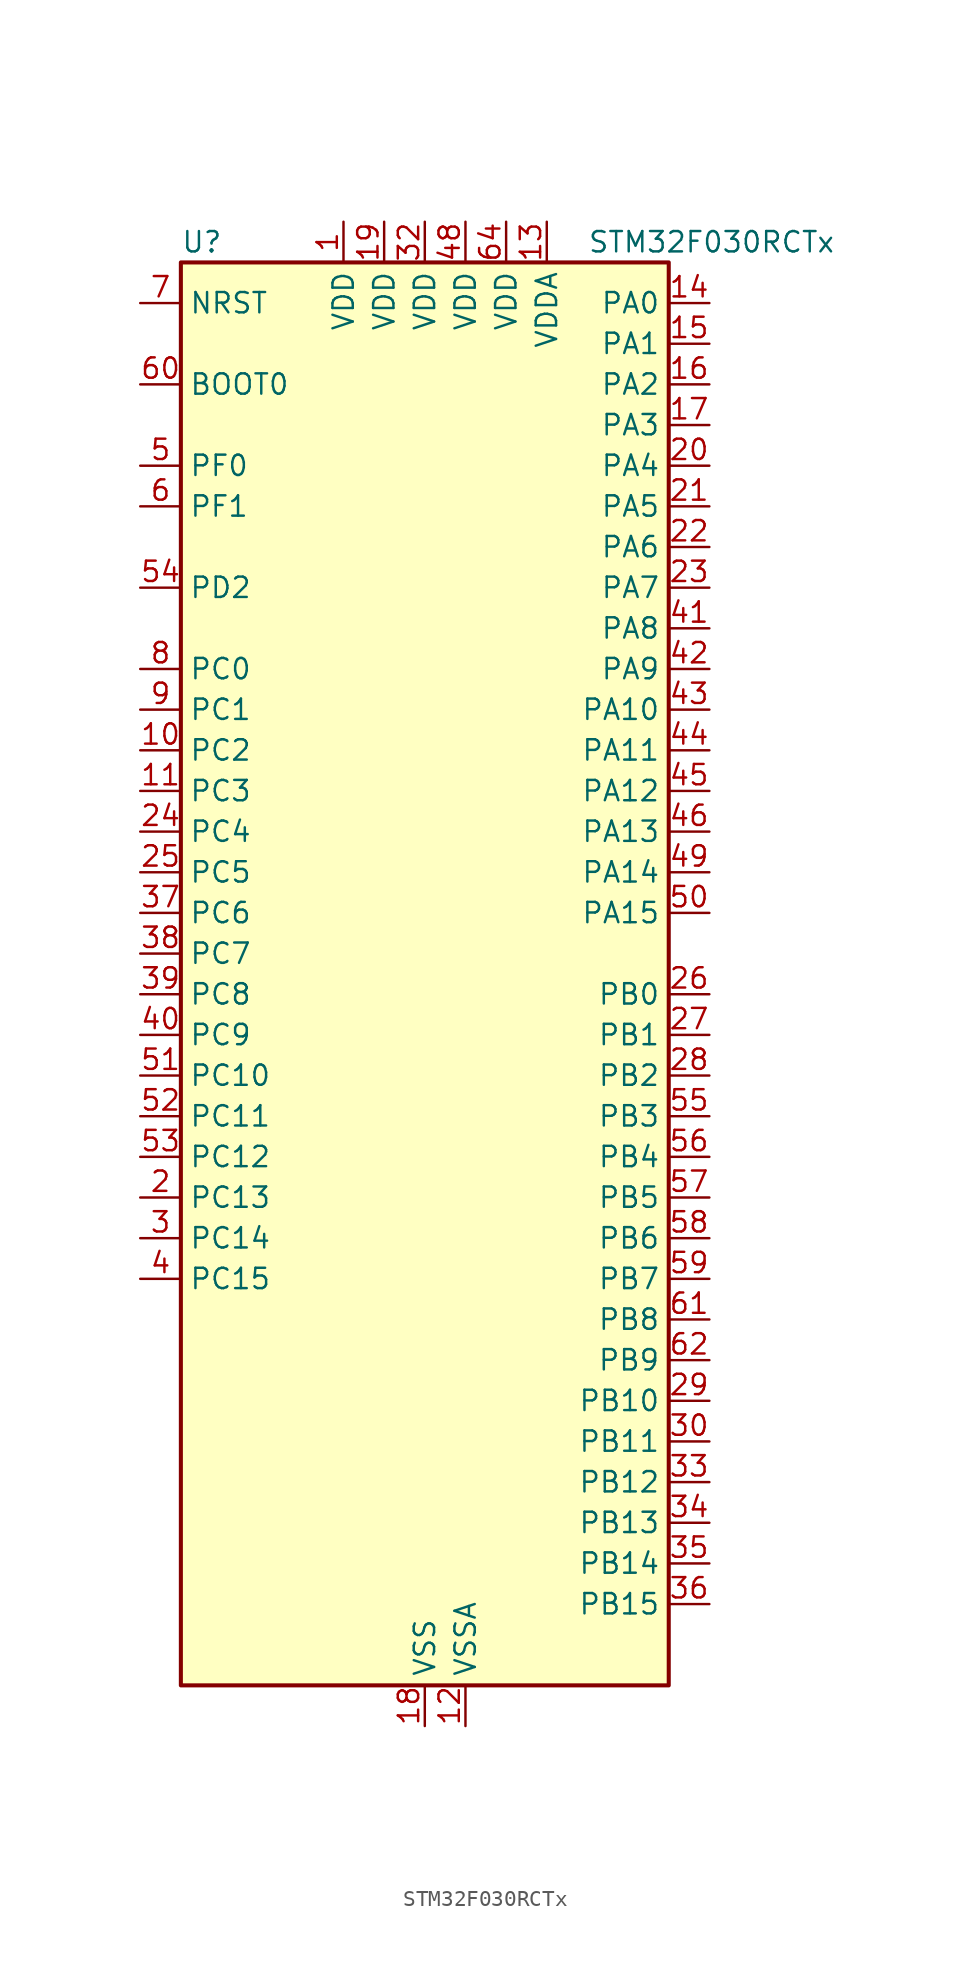
<source format=kicad_sym>
(kicad_symbol_lib
  (version 20220914)
  (generator kicad_symbol_editor)
  (symbol "STM32F030RCTx"
    (property "Reference" "U"
      (at -15.24 46.99 0)
      (effects (font (size 1.27 1.27)) (justify left)))
    (property "Value" "STM32F030RCTx"
      (at 10.16 46.99 0)
      (effects (font (size 1.27 1.27)) (justify left)))
    (property "ki_locked" ""
      (at 0 0 0)
      (effects (font (size 1.27 1.27))))
    (symbol "STM32F030RCTx_0_1"
      (rectangle (start -15.24 -43.18) (end 15.24 45.72) (stroke (width 0.254) (type default)) (fill (type background))))
    (symbol "STM32F030RCTx_1_1"
      (pin power_in line (at -5.08 48.26 270) (length 2.54) (name "VDD" (effects (font (size 1.27 1.27)))) (number "1" (effects (font (size 1.27 1.27)))))
      (pin bidirectional line (at -17.78 15.24 0) (length 2.54) (name "PC2" (effects (font (size 1.27 1.27)))) (number "10" (effects (font (size 1.27 1.27)))) (alternate "ADC_IN12" bidirectional line) (alternate "SPI2_MISO" bidirectional line))
      (pin bidirectional line (at -17.78 12.7 0) (length 2.54) (name "PC3" (effects (font (size 1.27 1.27)))) (number "11" (effects (font (size 1.27 1.27)))) (alternate "ADC_IN13" bidirectional line) (alternate "SPI2_MOSI" bidirectional line))
      (pin power_in line (at 2.54 -45.72 90) (length 2.54) (name "VSSA" (effects (font (size 1.27 1.27)))) (number "12" (effects (font (size 1.27 1.27)))))
      (pin power_in line (at 7.62 48.26 270) (length 2.54) (name "VDDA" (effects (font (size 1.27 1.27)))) (number "13" (effects (font (size 1.27 1.27)))))
      (pin bidirectional line (at 17.78 43.18 180) (length 2.54) (name "PA0" (effects (font (size 1.27 1.27)))) (number "14" (effects (font (size 1.27 1.27)))) (alternate "ADC_IN0" bidirectional line) (alternate "RTC_TAMP2" bidirectional line) (alternate "SYS_WKUP1" bidirectional line) (alternate "USART2_CTS" bidirectional line) (alternate "USART4_TX" bidirectional line))
      (pin bidirectional line (at 17.78 40.64 180) (length 2.54) (name "PA1" (effects (font (size 1.27 1.27)))) (number "15" (effects (font (size 1.27 1.27)))) (alternate "ADC_IN1" bidirectional line) (alternate "TIM15_CH1N" bidirectional line) (alternate "USART2_DE" bidirectional line) (alternate "USART2_RTS" bidirectional line) (alternate "USART4_RX" bidirectional line))
      (pin bidirectional line (at 17.78 38.1 180) (length 2.54) (name "PA2" (effects (font (size 1.27 1.27)))) (number "16" (effects (font (size 1.27 1.27)))) (alternate "ADC_IN2" bidirectional line) (alternate "TIM15_CH1" bidirectional line) (alternate "USART2_TX" bidirectional line))
      (pin bidirectional line (at 17.78 35.56 180) (length 2.54) (name "PA3" (effects (font (size 1.27 1.27)))) (number "17" (effects (font (size 1.27 1.27)))) (alternate "ADC_IN3" bidirectional line) (alternate "TIM15_CH2" bidirectional line) (alternate "USART2_RX" bidirectional line))
      (pin power_in line (at 0 -45.72 90) (length 2.54) (name "VSS" (effects (font (size 1.27 1.27)))) (number "18" (effects (font (size 1.27 1.27)))))
      (pin power_in line (at -2.54 48.26 270) (length 2.54) (name "VDD" (effects (font (size 1.27 1.27)))) (number "19" (effects (font (size 1.27 1.27)))))
      (pin bidirectional line (at -17.78 -12.7 0) (length 2.54) (name "PC13" (effects (font (size 1.27 1.27)))) (number "2" (effects (font (size 1.27 1.27)))) (alternate "RTC_OUT_ALARM" bidirectional line) (alternate "RTC_OUT_CALIB" bidirectional line) (alternate "RTC_TAMP1" bidirectional line) (alternate "RTC_TS" bidirectional line) (alternate "SYS_WKUP2" bidirectional line))
      (pin bidirectional line (at 17.78 33.02 180) (length 2.54) (name "PA4" (effects (font (size 1.27 1.27)))) (number "20" (effects (font (size 1.27 1.27)))) (alternate "ADC_IN4" bidirectional line) (alternate "SPI1_NSS" bidirectional line) (alternate "TIM14_CH1" bidirectional line) (alternate "USART2_CK" bidirectional line) (alternate "USART6_TX" bidirectional line))
      (pin bidirectional line (at 17.78 30.48 180) (length 2.54) (name "PA5" (effects (font (size 1.27 1.27)))) (number "21" (effects (font (size 1.27 1.27)))) (alternate "ADC_IN5" bidirectional line) (alternate "SPI1_SCK" bidirectional line) (alternate "USART6_RX" bidirectional line))
      (pin bidirectional line (at 17.78 27.94 180) (length 2.54) (name "PA6" (effects (font (size 1.27 1.27)))) (number "22" (effects (font (size 1.27 1.27)))) (alternate "ADC_IN6" bidirectional line) (alternate "SPI1_MISO" bidirectional line) (alternate "TIM16_CH1" bidirectional line) (alternate "TIM1_BKIN" bidirectional line) (alternate "TIM3_CH1" bidirectional line) (alternate "USART3_CTS" bidirectional line))
      (pin bidirectional line (at 17.78 25.4 180) (length 2.54) (name "PA7" (effects (font (size 1.27 1.27)))) (number "23" (effects (font (size 1.27 1.27)))) (alternate "ADC_IN7" bidirectional line) (alternate "SPI1_MOSI" bidirectional line) (alternate "TIM14_CH1" bidirectional line) (alternate "TIM17_CH1" bidirectional line) (alternate "TIM1_CH1N" bidirectional line) (alternate "TIM3_CH2" bidirectional line))
      (pin bidirectional line (at -17.78 10.16 0) (length 2.54) (name "PC4" (effects (font (size 1.27 1.27)))) (number "24" (effects (font (size 1.27 1.27)))) (alternate "ADC_IN14" bidirectional line) (alternate "USART3_TX" bidirectional line))
      (pin bidirectional line (at -17.78 7.62 0) (length 2.54) (name "PC5" (effects (font (size 1.27 1.27)))) (number "25" (effects (font (size 1.27 1.27)))) (alternate "ADC_IN15" bidirectional line) (alternate "USART3_RX" bidirectional line))
      (pin bidirectional line (at 17.78 0 180) (length 2.54) (name "PB0" (effects (font (size 1.27 1.27)))) (number "26" (effects (font (size 1.27 1.27)))) (alternate "ADC_IN8" bidirectional line) (alternate "TIM1_CH2N" bidirectional line) (alternate "TIM3_CH3" bidirectional line) (alternate "USART3_CK" bidirectional line))
      (pin bidirectional line (at 17.78 -2.54 180) (length 2.54) (name "PB1" (effects (font (size 1.27 1.27)))) (number "27" (effects (font (size 1.27 1.27)))) (alternate "ADC_IN9" bidirectional line) (alternate "TIM14_CH1" bidirectional line) (alternate "TIM1_CH3N" bidirectional line) (alternate "TIM3_CH4" bidirectional line) (alternate "USART3_DE" bidirectional line) (alternate "USART3_RTS" bidirectional line))
      (pin bidirectional line (at 17.78 -5.08 180) (length 2.54) (name "PB2" (effects (font (size 1.27 1.27)))) (number "28" (effects (font (size 1.27 1.27)))))
      (pin bidirectional line (at 17.78 -25.4 180) (length 2.54) (name "PB10" (effects (font (size 1.27 1.27)))) (number "29" (effects (font (size 1.27 1.27)))) (alternate "I2C2_SCL" bidirectional line) (alternate "SPI2_SCK" bidirectional line) (alternate "USART3_TX" bidirectional line))
      (pin bidirectional line (at -17.78 -15.24 0) (length 2.54) (name "PC14" (effects (font (size 1.27 1.27)))) (number "3" (effects (font (size 1.27 1.27)))) (alternate "RCC_OSC32_IN" bidirectional line))
      (pin bidirectional line (at 17.78 -27.94 180) (length 2.54) (name "PB11" (effects (font (size 1.27 1.27)))) (number "30" (effects (font (size 1.27 1.27)))) (alternate "I2C2_SDA" bidirectional line) (alternate "USART3_RX" bidirectional line))
      (pin passive line (at 0 -45.72 90) (length 2.54) hide (name "VSS" (effects (font (size 1.27 1.27)))) (number "31" (effects (font (size 1.27 1.27)))))
      (pin power_in line (at 0 48.26 270) (length 2.54) (name "VDD" (effects (font (size 1.27 1.27)))) (number "32" (effects (font (size 1.27 1.27)))))
      (pin bidirectional line (at 17.78 -30.48 180) (length 2.54) (name "PB12" (effects (font (size 1.27 1.27)))) (number "33" (effects (font (size 1.27 1.27)))) (alternate "SPI2_NSS" bidirectional line) (alternate "TIM15_BKIN" bidirectional line) (alternate "TIM1_BKIN" bidirectional line) (alternate "USART3_CK" bidirectional line))
      (pin bidirectional line (at 17.78 -33.02 180) (length 2.54) (name "PB13" (effects (font (size 1.27 1.27)))) (number "34" (effects (font (size 1.27 1.27)))) (alternate "I2C2_SCL" bidirectional line) (alternate "SPI2_SCK" bidirectional line) (alternate "TIM1_CH1N" bidirectional line) (alternate "USART3_CTS" bidirectional line))
      (pin bidirectional line (at 17.78 -35.56 180) (length 2.54) (name "PB14" (effects (font (size 1.27 1.27)))) (number "35" (effects (font (size 1.27 1.27)))) (alternate "I2C2_SDA" bidirectional line) (alternate "SPI2_MISO" bidirectional line) (alternate "TIM15_CH1" bidirectional line) (alternate "TIM1_CH2N" bidirectional line) (alternate "USART3_DE" bidirectional line) (alternate "USART3_RTS" bidirectional line))
      (pin bidirectional line (at 17.78 -38.1 180) (length 2.54) (name "PB15" (effects (font (size 1.27 1.27)))) (number "36" (effects (font (size 1.27 1.27)))) (alternate "RTC_REFIN" bidirectional line) (alternate "SPI2_MOSI" bidirectional line) (alternate "TIM15_CH1N" bidirectional line) (alternate "TIM15_CH2" bidirectional line) (alternate "TIM1_CH3N" bidirectional line))
      (pin bidirectional line (at -17.78 5.08 0) (length 2.54) (name "PC6" (effects (font (size 1.27 1.27)))) (number "37" (effects (font (size 1.27 1.27)))) (alternate "TIM3_CH1" bidirectional line))
      (pin bidirectional line (at -17.78 2.54 0) (length 2.54) (name "PC7" (effects (font (size 1.27 1.27)))) (number "38" (effects (font (size 1.27 1.27)))) (alternate "TIM3_CH2" bidirectional line))
      (pin bidirectional line (at -17.78 0 0) (length 2.54) (name "PC8" (effects (font (size 1.27 1.27)))) (number "39" (effects (font (size 1.27 1.27)))) (alternate "TIM3_CH3" bidirectional line))
      (pin bidirectional line (at -17.78 -17.78 0) (length 2.54) (name "PC15" (effects (font (size 1.27 1.27)))) (number "4" (effects (font (size 1.27 1.27)))) (alternate "RCC_OSC32_OUT" bidirectional line))
      (pin bidirectional line (at -17.78 -2.54 0) (length 2.54) (name "PC9" (effects (font (size 1.27 1.27)))) (number "40" (effects (font (size 1.27 1.27)))) (alternate "TIM3_CH4" bidirectional line))
      (pin bidirectional line (at 17.78 22.86 180) (length 2.54) (name "PA8" (effects (font (size 1.27 1.27)))) (number "41" (effects (font (size 1.27 1.27)))) (alternate "RCC_MCO" bidirectional line) (alternate "TIM1_CH1" bidirectional line) (alternate "USART1_CK" bidirectional line))
      (pin bidirectional line (at 17.78 20.32 180) (length 2.54) (name "PA9" (effects (font (size 1.27 1.27)))) (number "42" (effects (font (size 1.27 1.27)))) (alternate "I2C1_SCL" bidirectional line) (alternate "RCC_MCO" bidirectional line) (alternate "TIM15_BKIN" bidirectional line) (alternate "TIM1_CH2" bidirectional line) (alternate "USART1_TX" bidirectional line))
      (pin bidirectional line (at 17.78 17.78 180) (length 2.54) (name "PA10" (effects (font (size 1.27 1.27)))) (number "43" (effects (font (size 1.27 1.27)))) (alternate "I2C1_SDA" bidirectional line) (alternate "TIM17_BKIN" bidirectional line) (alternate "TIM1_CH3" bidirectional line) (alternate "USART1_RX" bidirectional line))
      (pin bidirectional line (at 17.78 15.24 180) (length 2.54) (name "PA11" (effects (font (size 1.27 1.27)))) (number "44" (effects (font (size 1.27 1.27)))) (alternate "I2C2_SCL" bidirectional line) (alternate "TIM1_CH4" bidirectional line) (alternate "USART1_CTS" bidirectional line))
      (pin bidirectional line (at 17.78 12.7 180) (length 2.54) (name "PA12" (effects (font (size 1.27 1.27)))) (number "45" (effects (font (size 1.27 1.27)))) (alternate "I2C2_SDA" bidirectional line) (alternate "TIM1_ETR" bidirectional line) (alternate "USART1_DE" bidirectional line) (alternate "USART1_RTS" bidirectional line))
      (pin bidirectional line (at 17.78 10.16 180) (length 2.54) (name "PA13" (effects (font (size 1.27 1.27)))) (number "46" (effects (font (size 1.27 1.27)))) (alternate "IR_OUT" bidirectional line) (alternate "SYS_SWDIO" bidirectional line))
      (pin passive line (at 0 -45.72 90) (length 2.54) hide (name "VSS" (effects (font (size 1.27 1.27)))) (number "47" (effects (font (size 1.27 1.27)))))
      (pin power_in line (at 2.54 48.26 270) (length 2.54) (name "VDD" (effects (font (size 1.27 1.27)))) (number "48" (effects (font (size 1.27 1.27)))))
      (pin bidirectional line (at 17.78 7.62 180) (length 2.54) (name "PA14" (effects (font (size 1.27 1.27)))) (number "49" (effects (font (size 1.27 1.27)))) (alternate "SYS_SWCLK" bidirectional line) (alternate "USART2_TX" bidirectional line))
      (pin bidirectional line (at -17.78 33.02 0) (length 2.54) (name "PF0" (effects (font (size 1.27 1.27)))) (number "5" (effects (font (size 1.27 1.27)))) (alternate "I2C1_SDA" bidirectional line) (alternate "RCC_OSC_IN" bidirectional line))
      (pin bidirectional line (at 17.78 5.08 180) (length 2.54) (name "PA15" (effects (font (size 1.27 1.27)))) (number "50" (effects (font (size 1.27 1.27)))) (alternate "SPI1_NSS" bidirectional line) (alternate "USART2_RX" bidirectional line) (alternate "USART4_DE" bidirectional line) (alternate "USART4_RTS" bidirectional line))
      (pin bidirectional line (at -17.78 -5.08 0) (length 2.54) (name "PC10" (effects (font (size 1.27 1.27)))) (number "51" (effects (font (size 1.27 1.27)))) (alternate "USART3_TX" bidirectional line) (alternate "USART4_TX" bidirectional line))
      (pin bidirectional line (at -17.78 -7.62 0) (length 2.54) (name "PC11" (effects (font (size 1.27 1.27)))) (number "52" (effects (font (size 1.27 1.27)))) (alternate "USART3_RX" bidirectional line) (alternate "USART4_RX" bidirectional line))
      (pin bidirectional line (at -17.78 -10.16 0) (length 2.54) (name "PC12" (effects (font (size 1.27 1.27)))) (number "53" (effects (font (size 1.27 1.27)))) (alternate "USART3_CK" bidirectional line) (alternate "USART4_CK" bidirectional line) (alternate "USART5_TX" bidirectional line))
      (pin bidirectional line (at -17.78 25.4 0) (length 2.54) (name "PD2" (effects (font (size 1.27 1.27)))) (number "54" (effects (font (size 1.27 1.27)))) (alternate "TIM3_ETR" bidirectional line) (alternate "USART3_DE" bidirectional line) (alternate "USART3_RTS" bidirectional line) (alternate "USART5_RX" bidirectional line))
      (pin bidirectional line (at 17.78 -7.62 180) (length 2.54) (name "PB3" (effects (font (size 1.27 1.27)))) (number "55" (effects (font (size 1.27 1.27)))) (alternate "SPI1_SCK" bidirectional line) (alternate "USART5_TX" bidirectional line))
      (pin bidirectional line (at 17.78 -10.16 180) (length 2.54) (name "PB4" (effects (font (size 1.27 1.27)))) (number "56" (effects (font (size 1.27 1.27)))) (alternate "SPI1_MISO" bidirectional line) (alternate "TIM17_BKIN" bidirectional line) (alternate "TIM3_CH1" bidirectional line) (alternate "USART5_RX" bidirectional line))
      (pin bidirectional line (at 17.78 -12.7 180) (length 2.54) (name "PB5" (effects (font (size 1.27 1.27)))) (number "57" (effects (font (size 1.27 1.27)))) (alternate "I2C1_SMBA" bidirectional line) (alternate "SPI1_MOSI" bidirectional line) (alternate "TIM16_BKIN" bidirectional line) (alternate "TIM3_CH2" bidirectional line) (alternate "USART5_CK" bidirectional line) (alternate "USART5_DE" bidirectional line) (alternate "USART5_RTS" bidirectional line))
      (pin bidirectional line (at 17.78 -15.24 180) (length 2.54) (name "PB6" (effects (font (size 1.27 1.27)))) (number "58" (effects (font (size 1.27 1.27)))) (alternate "I2C1_SCL" bidirectional line) (alternate "TIM16_CH1N" bidirectional line) (alternate "USART1_TX" bidirectional line))
      (pin bidirectional line (at 17.78 -17.78 180) (length 2.54) (name "PB7" (effects (font (size 1.27 1.27)))) (number "59" (effects (font (size 1.27 1.27)))) (alternate "I2C1_SDA" bidirectional line) (alternate "TIM17_CH1N" bidirectional line) (alternate "USART1_RX" bidirectional line) (alternate "USART4_CTS" bidirectional line))
      (pin bidirectional line (at -17.78 30.48 0) (length 2.54) (name "PF1" (effects (font (size 1.27 1.27)))) (number "6" (effects (font (size 1.27 1.27)))) (alternate "I2C1_SCL" bidirectional line) (alternate "RCC_OSC_OUT" bidirectional line))
      (pin input line (at -17.78 38.1 0) (length 2.54) (name "BOOT0" (effects (font (size 1.27 1.27)))) (number "60" (effects (font (size 1.27 1.27)))))
      (pin bidirectional line (at 17.78 -20.32 180) (length 2.54) (name "PB8" (effects (font (size 1.27 1.27)))) (number "61" (effects (font (size 1.27 1.27)))) (alternate "I2C1_SCL" bidirectional line) (alternate "TIM16_CH1" bidirectional line))
      (pin bidirectional line (at 17.78 -22.86 180) (length 2.54) (name "PB9" (effects (font (size 1.27 1.27)))) (number "62" (effects (font (size 1.27 1.27)))) (alternate "I2C1_SDA" bidirectional line) (alternate "IR_OUT" bidirectional line) (alternate "SPI2_NSS" bidirectional line) (alternate "TIM17_CH1" bidirectional line))
      (pin passive line (at 0 -45.72 90) (length 2.54) hide (name "VSS" (effects (font (size 1.27 1.27)))) (number "63" (effects (font (size 1.27 1.27)))))
      (pin power_in line (at 5.08 48.26 270) (length 2.54) (name "VDD" (effects (font (size 1.27 1.27)))) (number "64" (effects (font (size 1.27 1.27)))))
      (pin input line (at -17.78 43.18 0) (length 2.54) (name "NRST" (effects (font (size 1.27 1.27)))) (number "7" (effects (font (size 1.27 1.27)))))
      (pin bidirectional line (at -17.78 20.32 0) (length 2.54) (name "PC0" (effects (font (size 1.27 1.27)))) (number "8" (effects (font (size 1.27 1.27)))) (alternate "ADC_IN10" bidirectional line) (alternate "USART6_TX" bidirectional line))
      (pin bidirectional line (at -17.78 17.78 0) (length 2.54) (name "PC1" (effects (font (size 1.27 1.27)))) (number "9" (effects (font (size 1.27 1.27)))) (alternate "ADC_IN11" bidirectional line) (alternate "USART6_RX" bidirectional line)))))
</source>
